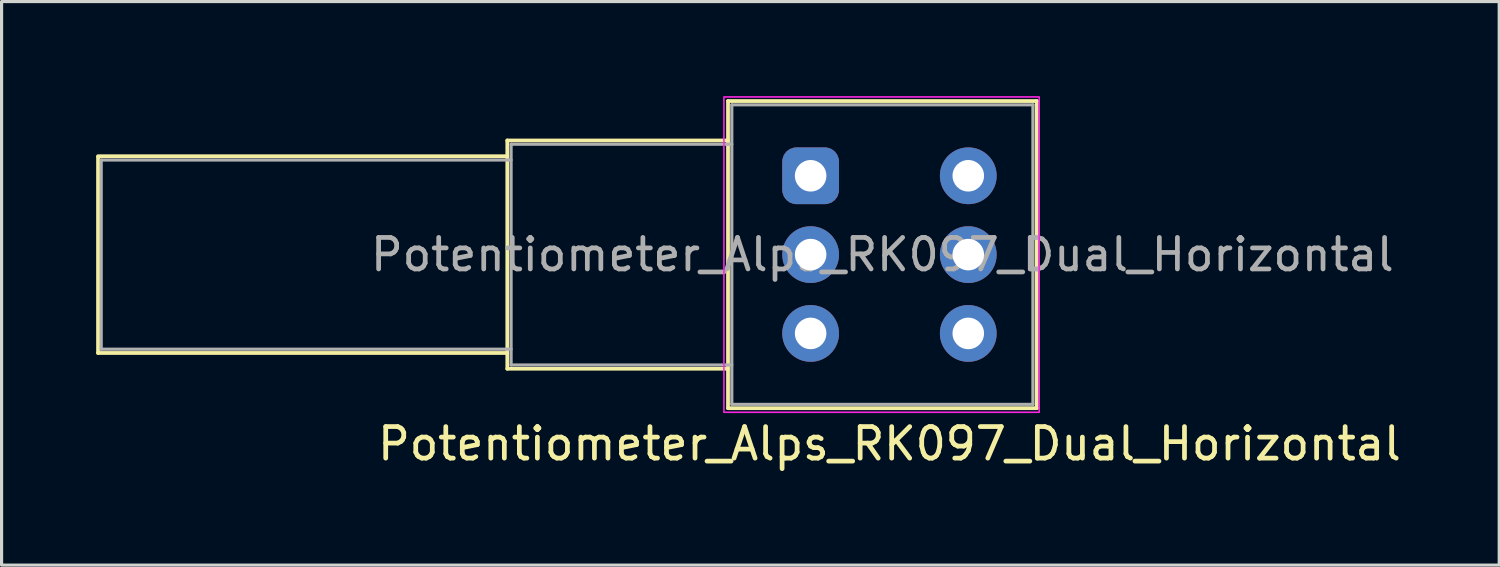
<source format=kicad_pcb>
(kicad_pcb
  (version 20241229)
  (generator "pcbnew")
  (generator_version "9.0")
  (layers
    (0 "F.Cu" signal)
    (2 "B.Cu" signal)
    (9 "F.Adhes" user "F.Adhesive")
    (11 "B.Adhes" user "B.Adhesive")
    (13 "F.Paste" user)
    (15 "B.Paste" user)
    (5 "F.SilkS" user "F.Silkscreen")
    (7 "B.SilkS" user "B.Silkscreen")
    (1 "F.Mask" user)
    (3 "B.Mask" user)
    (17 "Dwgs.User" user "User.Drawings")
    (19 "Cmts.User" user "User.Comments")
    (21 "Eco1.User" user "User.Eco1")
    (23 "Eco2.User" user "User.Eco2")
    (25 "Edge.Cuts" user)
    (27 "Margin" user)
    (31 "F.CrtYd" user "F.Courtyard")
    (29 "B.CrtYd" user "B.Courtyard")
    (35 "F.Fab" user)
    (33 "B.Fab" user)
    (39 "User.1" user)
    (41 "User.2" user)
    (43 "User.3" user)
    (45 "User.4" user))
  (footprint "Potentiometer_Alps_RK097_Dual_Horizontal"
    (layer "F.Cu")
    (at 25.16 2.525)
    (property "Reference" "Potentiometer_Alps_RK097_Dual_Horizontal" (at 0 8.5 180) (layer "F.SilkS") (effects (font (size 1 1) (thickness 0.15))))
    (attr through_hole)
    (fp_line (start -25.1 5.62) (end -25.1 -0.6) (stroke (width 0.12) (type solid)) (layer "F.SilkS"))
    (fp_line (start -12.12 -0.62) (end -25.1 -0.62) (stroke (width 0.12) (type solid)) (layer "F.SilkS"))
    (fp_line (start -12.12 5.62) (end -25.1 5.62) (stroke (width 0.12) (type solid)) (layer "F.SilkS"))
    (fp_line (start -12.12 6.12) (end -12.12 -1.12) (stroke (width 0.12) (type solid)) (layer "F.SilkS"))
    (fp_line (start -5.12 -1.12) (end -12.12 -1.12) (stroke (width 0.12) (type solid)) (layer "F.SilkS"))
    (fp_line (start -5.12 6.12) (end -12.12 6.12) (stroke (width 0.12) (type solid)) (layer "F.SilkS"))
    (fp_line (start -5.12 7.37) (end -5.12 -2.37) (stroke (width 0.12) (type solid)) (layer "F.SilkS"))
    (fp_line (start 4.671 -2.37) (end -5.12 -2.37) (stroke (width 0.12) (type solid)) (layer "F.SilkS"))
    (fp_line (start 4.671 7.37) (end -5.12 7.37) (stroke (width 0.12) (type solid)) (layer "F.SilkS"))
    (fp_line (start 4.671 7.37) (end 4.671 -2.37) (stroke (width 0.12) (type solid)) (layer "F.SilkS"))
    (fp_rect (start -5.25 -2.5) (end 4.75 7.5) (stroke (width 0.05) (type default)) (fill no) (layer "F.CrtYd"))
    (fp_line (start -25 -0.5) (end -25 5.5) (stroke (width 0.1) (type solid)) (layer "F.Fab"))
    (fp_line (start -25 5.5) (end -12 5.5) (stroke (width 0.1) (type solid)) (layer "F.Fab"))
    (fp_line (start -12 -1) (end -12 6) (stroke (width 0.1) (type solid)) (layer "F.Fab"))
    (fp_line (start -12 -0.5) (end -25 -0.5) (stroke (width 0.1) (type solid)) (layer "F.Fab"))
    (fp_line (start -12 6) (end -5 6) (stroke (width 0.1) (type solid)) (layer "F.Fab"))
    (fp_line (start -5 -2.25) (end -5 7.25) (stroke (width 0.1) (type solid)) (layer "F.Fab"))
    (fp_line (start -5 -1) (end -12 -1) (stroke (width 0.1) (type solid)) (layer "F.Fab"))
    (fp_line (start -5 7.25) (end 4.55 7.25) (stroke (width 0.1) (type solid)) (layer "F.Fab"))
    (fp_line (start 4.55 -2.25) (end -5 -2.25) (stroke (width 0.1) (type solid)) (layer "F.Fab"))
    (fp_line (start 4.55 7.25) (end 4.55 -2.25) (stroke (width 0.1) (type solid)) (layer "F.Fab"))
    (fp_text user "${REFERENCE}" (at -0.225 2.5 180) (layer "F.Fab") (effects (font (size 1 1) (thickness 0.15))))
    (pad "1" thru_hole roundrect (at -2.5 0 180) (size 1.8 1.8) (drill 1) (layers "*.Cu" "*.Mask") (roundrect_rratio 0.25))
    (pad "2" thru_hole circle (at -2.5 2.5 180) (size 1.8 1.8) (drill 1) (layers "*.Cu" "*.Mask"))
    (pad "3" thru_hole circle (at -2.5 5 180) (size 1.8 1.8) (drill 1) (layers "*.Cu" "*.Mask"))
    (pad "4" thru_hole circle (at 2.5 0 180) (size 1.8 1.8) (drill 1) (layers "*.Cu" "*.Mask"))
    (pad "5" thru_hole circle (at 2.5 2.5 180) (size 1.8 1.8) (drill 1) (layers "*.Cu" "*.Mask"))
    (pad "6" thru_hole circle (at 2.5 5 180) (size 1.8 1.8) (drill 1) (layers "*.Cu" "*.Mask")))
  (gr_rect
    (start -3 -3)
    (end 44.499 14.873)
    (stroke (width 0.1) (type default))
    (fill no)
    (layer "Edge.Cuts")))
</source>
